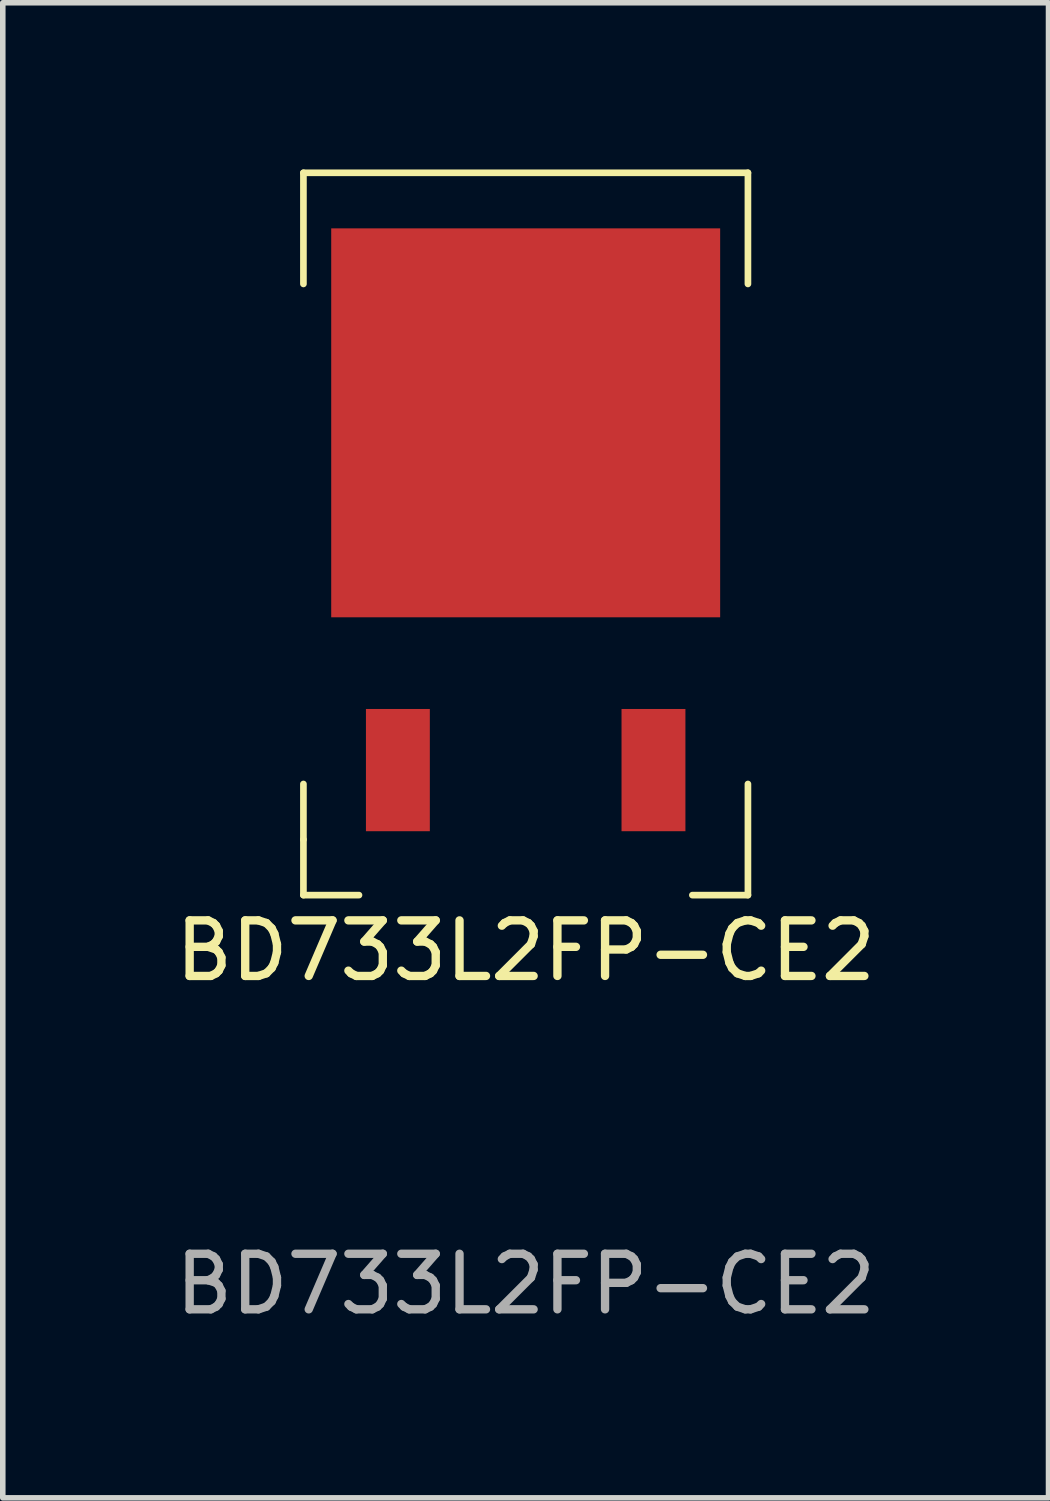
<source format=kicad_pcb>
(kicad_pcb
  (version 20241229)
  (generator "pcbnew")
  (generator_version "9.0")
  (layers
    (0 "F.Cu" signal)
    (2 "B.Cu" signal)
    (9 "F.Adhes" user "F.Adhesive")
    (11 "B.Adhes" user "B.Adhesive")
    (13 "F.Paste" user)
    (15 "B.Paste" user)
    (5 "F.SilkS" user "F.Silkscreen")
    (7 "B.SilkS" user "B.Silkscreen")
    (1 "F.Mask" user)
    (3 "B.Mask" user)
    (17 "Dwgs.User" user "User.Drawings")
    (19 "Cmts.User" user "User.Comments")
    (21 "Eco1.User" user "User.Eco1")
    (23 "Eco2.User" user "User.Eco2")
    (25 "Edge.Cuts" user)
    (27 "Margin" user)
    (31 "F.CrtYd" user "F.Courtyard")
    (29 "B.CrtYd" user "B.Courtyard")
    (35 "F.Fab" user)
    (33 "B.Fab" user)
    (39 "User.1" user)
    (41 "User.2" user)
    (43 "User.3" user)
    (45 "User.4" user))
  (footprint "BD733L2FP-CE2"
    (layer "F.Cu")
    (at 6.411 8.06)
    (property "Reference" "BD733L2FP-CE2" (at 0 6 0) (unlocked yes) (layer "F.SilkS") (effects (font (size 1 1) (thickness 0.15))))
    (attr smd)
    (fp_line (start -4 -8) (end -4 -6) (stroke (width 0.12) (type solid)) (layer "F.SilkS"))
    (fp_line (start -4 -8) (end 4 -8) (stroke (width 0.12) (type solid)) (layer "F.SilkS"))
    (fp_line (start -4 4) (end -4 3) (stroke (width 0.12) (type solid)) (layer "F.SilkS"))
    (fp_line (start -4 5) (end -4 4) (stroke (width 0.12) (type solid)) (layer "F.SilkS"))
    (fp_line (start -3 5) (end -4 5) (stroke (width 0.12) (type solid)) (layer "F.SilkS"))
    (fp_line (start 4 -8) (end 4 -6) (stroke (width 0.12) (type solid)) (layer "F.SilkS"))
    (fp_line (start 4 3) (end 4 5) (stroke (width 0.12) (type solid)) (layer "F.SilkS"))
    (fp_line (start 4 5) (end 3 5) (stroke (width 0.12) (type solid)) (layer "F.SilkS"))
    (fp_text user "${REFERENCE}" (at 0 12 0) (unlocked yes) (layer "F.Fab") (effects (font (size 1 1) (thickness 0.15))))
    (pad "1" smd rect (at -2.3 2.75) (size 1.15 2.2) (layers "F.Cu" "F.Mask" "F.Paste"))
    (pad "3" smd rect (at 2.3 2.75) (size 1.15 2.2) (layers "F.Cu" "F.Mask" "F.Paste"))
    (pad "4" smd rect (at 0 -3.5) (size 7 7) (layers "F.Cu" "F.Mask" "F.Paste")))
  (gr_rect
    (start -3 -3)
    (end 15.821 23.908)
    (stroke (width 0.1) (type default))
    (fill no)
    (layer "Edge.Cuts")))
</source>
